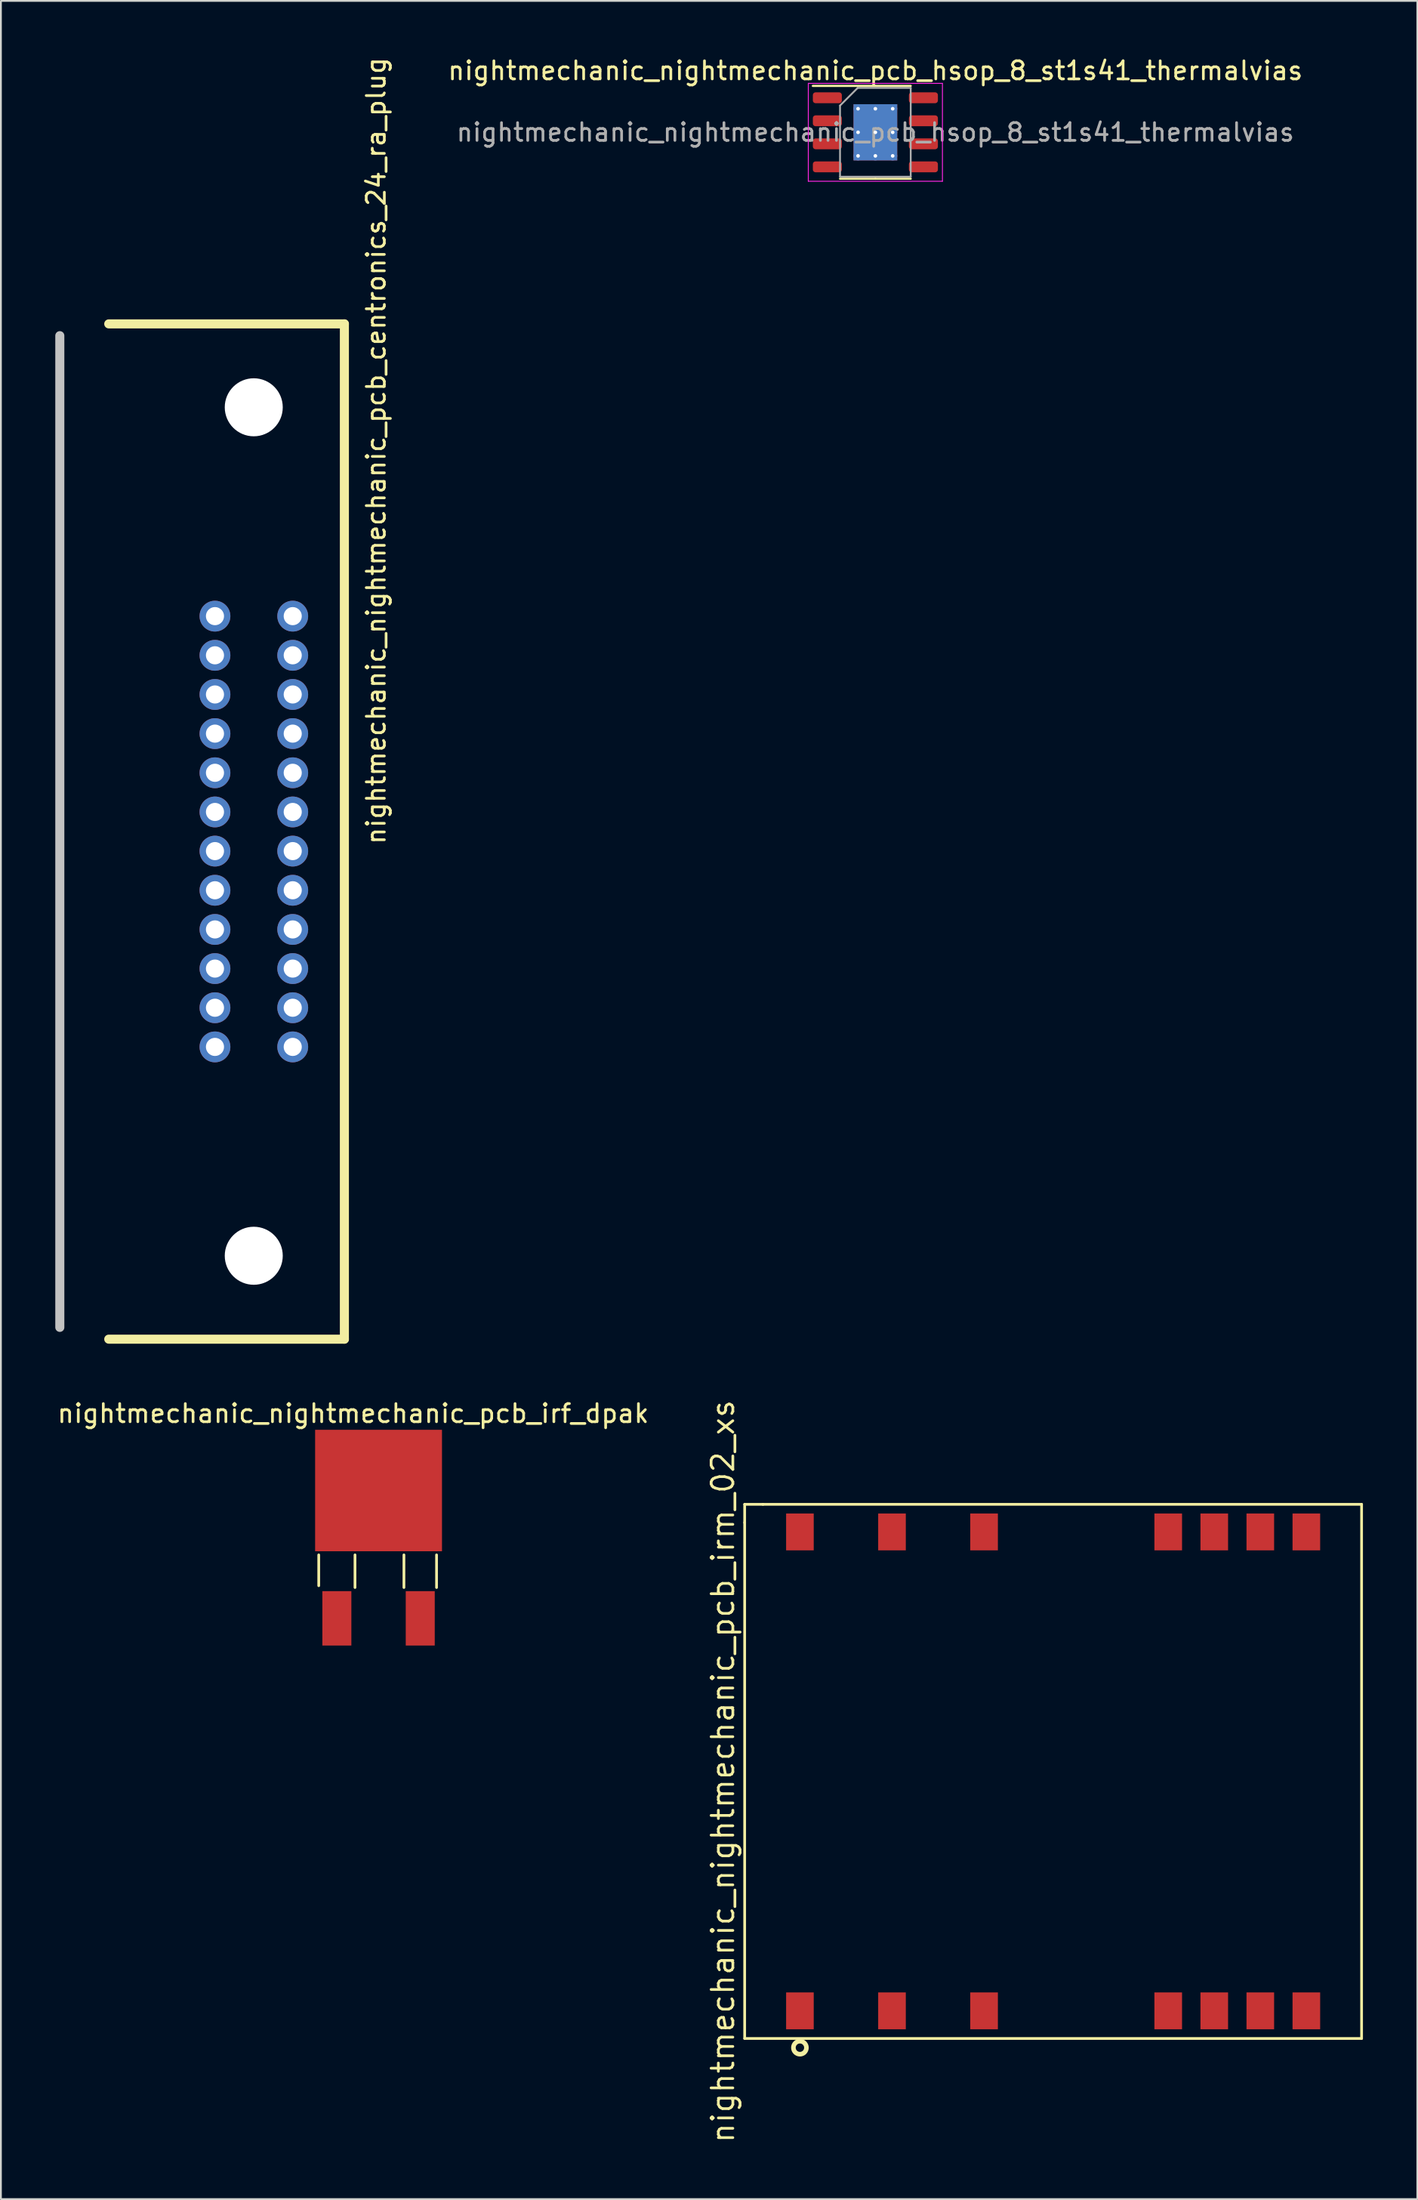
<source format=kicad_pcb>
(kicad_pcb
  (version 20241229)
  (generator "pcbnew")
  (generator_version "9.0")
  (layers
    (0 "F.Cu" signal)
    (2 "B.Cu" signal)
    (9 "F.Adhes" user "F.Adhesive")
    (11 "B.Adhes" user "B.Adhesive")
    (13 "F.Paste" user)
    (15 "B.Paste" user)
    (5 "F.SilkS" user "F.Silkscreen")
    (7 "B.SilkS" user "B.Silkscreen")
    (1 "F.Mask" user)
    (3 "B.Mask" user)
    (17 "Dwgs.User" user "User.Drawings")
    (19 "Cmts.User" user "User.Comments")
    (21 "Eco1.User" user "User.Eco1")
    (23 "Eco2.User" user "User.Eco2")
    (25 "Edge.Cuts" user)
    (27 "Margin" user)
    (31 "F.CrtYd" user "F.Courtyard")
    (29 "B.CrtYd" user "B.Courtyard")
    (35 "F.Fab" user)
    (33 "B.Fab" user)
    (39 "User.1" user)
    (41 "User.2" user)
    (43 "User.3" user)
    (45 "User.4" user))
  (footprint "nightmechanic_nightmechanic_pcb_irf_dpak"
    (layer "F.Cu")
    (at 17.835 79.314)
    (property "Reference" "nightmechanic_nightmechanic_pcb_irf_dpak" (at -1.4 -4.4 0) (unlocked yes) (layer "F.SilkS") (effects (font (size 1 1) (thickness 0.15))))
    (attr smd)
    (fp_line (start -3.3 3.4) (end -3.3 5.1) (stroke (width 0.15) (type solid)) (layer "F.SilkS"))
    (fp_line (start -1.3 5.2) (end -1.3 3.4) (stroke (width 0.15) (type solid)) (layer "F.SilkS"))
    (fp_line (start 1.4 5.2) (end 1.4 3.4) (stroke (width 0.15) (type solid)) (layer "F.SilkS"))
    (fp_line (start 3.2 5.2) (end 3.2 3.4) (stroke (width 0.15) (type solid)) (layer "F.SilkS"))
    (pad "1" smd rect (at -2.3 6.9) (size 1.6 3) (layers "F.Cu" "F.Mask" "F.Paste"))
    (pad "2" smd rect (at 0 -0.15) (size 7 6.7) (layers "F.Cu" "F.Mask" "F.Paste"))
    (pad "3" smd rect (at 2.3 6.9) (size 1.6 3) (layers "F.Cu" "F.Mask" "F.Paste")))
  (footprint "nightmechanic_nightmechanic_pcb_centronics_24_ra_plug"
    (layer "F.Cu")
    (at 10.95 42.815)
    (property "Reference" "nightmechanic_nightmechanic_pcb_centronics_24_ra_plug" (at 6.75 -21 90) (unlocked yes) (layer "F.SilkS") (effects (font (size 1 1) (thickness 0.15))))
    (attr through_hole)
    (fp_line (start -8 -28) (end 5 -28) (stroke (width 0.5) (type solid)) (layer "F.SilkS"))
    (fp_line (start 5 -28) (end 5 28) (stroke (width 0.5) (type solid)) (layer "F.SilkS"))
    (fp_line (start 5 28) (end -8 28) (stroke (width 0.5) (type solid)) (layer "F.SilkS"))
    (fp_line (start -10.7 -27.35) (end -10.7 27.35) (stroke (width 0.5) (type solid)) (layer "Dwgs.User"))
    (pad "" np_thru_hole circle (at 0 -23.4) (size 3.2 3.2) (drill 3.2) (layers "*.Cu" "*.Mask"))
    (pad "" np_thru_hole circle (at 0 23.4) (size 3.2 3.2) (drill 3.2) (layers "*.Cu" "*.Mask"))
    (pad "1" thru_hole circle (at 2.15 -11.88) (size 1.7 1.7) (drill 1) (layers "*.Cu" "*.Mask"))
    (pad "2" thru_hole circle (at 2.15 -9.72) (size 1.7 1.7) (drill 1) (layers "*.Cu" "*.Mask"))
    (pad "3" thru_hole circle (at 2.15 -7.56) (size 1.7 1.7) (drill 1) (layers "*.Cu" "*.Mask"))
    (pad "4" thru_hole circle (at 2.15 -5.4) (size 1.7 1.7) (drill 1) (layers "*.Cu" "*.Mask"))
    (pad "5" thru_hole circle (at 2.15 -3.24) (size 1.7 1.7) (drill 1) (layers "*.Cu" "*.Mask"))
    (pad "6" thru_hole circle (at 2.15 -1.08) (size 1.7 1.7) (drill 1) (layers "*.Cu" "*.Mask"))
    (pad "7" thru_hole circle (at 2.15 1.08) (size 1.7 1.7) (drill 1) (layers "*.Cu" "*.Mask"))
    (pad "8" thru_hole circle (at 2.15 3.24) (size 1.7 1.7) (drill 1) (layers "*.Cu" "*.Mask"))
    (pad "9" thru_hole circle (at 2.15 5.4) (size 1.7 1.7) (drill 1) (layers "*.Cu" "*.Mask"))
    (pad "10" thru_hole circle (at 2.15 7.56) (size 1.7 1.7) (drill 1) (layers "*.Cu" "*.Mask"))
    (pad "11" thru_hole circle (at 2.15 9.72) (size 1.7 1.7) (drill 1) (layers "*.Cu" "*.Mask"))
    (pad "12" thru_hole circle (at 2.15 11.88) (size 1.7 1.7) (drill 1) (layers "*.Cu" "*.Mask"))
    (pad "13" thru_hole circle (at -2.14 -11.88) (size 1.7 1.7) (drill 1) (layers "*.Cu" "*.Mask"))
    (pad "14" thru_hole circle (at -2.14 -9.72) (size 1.7 1.7) (drill 1) (layers "*.Cu" "*.Mask"))
    (pad "15" thru_hole circle (at -2.14 -7.56) (size 1.7 1.7) (drill 1) (layers "*.Cu" "*.Mask"))
    (pad "16" thru_hole circle (at -2.14 -5.4) (size 1.7 1.7) (drill 1) (layers "*.Cu" "*.Mask"))
    (pad "17" thru_hole circle (at -2.14 -3.24) (size 1.7 1.7) (drill 1) (layers "*.Cu" "*.Mask"))
    (pad "18" thru_hole circle (at -2.14 -1.08) (size 1.7 1.7) (drill 1) (layers "*.Cu" "*.Mask"))
    (pad "19" thru_hole circle (at -2.14 1.08) (size 1.7 1.7) (drill 1) (layers "*.Cu" "*.Mask"))
    (pad "20" thru_hole circle (at -2.14 3.24) (size 1.7 1.7) (drill 1) (layers "*.Cu" "*.Mask"))
    (pad "21" thru_hole circle (at -2.14 5.4) (size 1.7 1.7) (drill 1) (layers "*.Cu" "*.Mask"))
    (pad "22" thru_hole circle (at -2.14 7.56) (size 1.7 1.7) (drill 1) (layers "*.Cu" "*.Mask"))
    (pad "23" thru_hole circle (at -2.14 9.72) (size 1.7 1.7) (drill 1) (layers "*.Cu" "*.Mask"))
    (pad "24" thru_hole circle (at -2.14 11.88) (size 1.7 1.7) (drill 1) (layers "*.Cu" "*.Mask")))
  (footprint "nightmechanic_nightmechanic_pcb_irm_02_xs"
    (layer "F.Cu")
    (at 55.052 94.656)
    (property "Reference" "nightmechanic_nightmechanic_pcb_irm_02_xs" (at -18.218 0 90) (layer "F.SilkS") (effects (font (size 1.2 1.2) (thickness 0.15))))
    (attr through_hole)
    (fp_line (start -17.018 -14.732) (end -17.018 -13.716) (stroke (width 0.15) (type solid)) (layer "F.SilkS"))
    (fp_line (start -17.018 -13.732) (end -17.018 14.732) (stroke (width 0.15) (type solid)) (layer "F.SilkS"))
    (fp_line (start -17.018 14.732) (end 17.018 14.732) (stroke (width 0.15) (type solid)) (layer "F.SilkS"))
    (fp_line (start -16.002 -14.732) (end -17.018 -14.732) (stroke (width 0.15) (type solid)) (layer "F.SilkS"))
    (fp_line (start 17.018 -14.732) (end -16.018 -14.732) (stroke (width 0.15) (type solid)) (layer "F.SilkS"))
    (fp_line (start 17.018 14.732) (end 17.018 -14.732) (stroke (width 0.15) (type solid)) (layer "F.SilkS"))
    (fp_circle (center -13.97 15.24) (end -13.716 14.986) (stroke (width 0.254) (type solid)) (fill no) (layer "F.SilkS"))
    (pad "1" smd rect (at -13.97 13.208) (size 1.524 2.032) (layers "F.Cu" "F.Mask" "F.Paste"))
    (pad "3" smd rect (at -8.89 13.208) (size 1.524 2.032) (layers "F.Cu" "F.Mask" "F.Paste"))
    (pad "5" smd rect (at -3.81 13.208) (size 1.524 2.032) (layers "F.Cu" "F.Mask" "F.Paste"))
    (pad "9" smd rect (at 6.35 13.208) (size 1.524 2.032) (layers "F.Cu" "F.Mask" "F.Paste"))
    (pad "10" smd rect (at 8.89 13.208) (size 1.524 2.032) (layers "F.Cu" "F.Mask" "F.Paste"))
    (pad "11" smd rect (at 11.43 13.208) (size 1.524 2.032) (layers "F.Cu" "F.Mask" "F.Paste"))
    (pad "12" smd rect (at 13.97 13.208) (size 1.524 2.032) (layers "F.Cu" "F.Mask" "F.Paste"))
    (pad "13" smd rect (at 13.97 -13.208) (size 1.524 2.032) (layers "F.Cu" "F.Mask" "F.Paste"))
    (pad "14" smd rect (at 11.43 -13.208) (size 1.524 2.032) (layers "F.Cu" "F.Mask" "F.Paste"))
    (pad "15" smd rect (at 8.89 -13.208) (size 1.524 2.032) (layers "F.Cu" "F.Mask" "F.Paste"))
    (pad "16" smd rect (at 6.35 -13.208) (size 1.524 2.032) (layers "F.Cu" "F.Mask" "F.Paste"))
    (pad "20" smd rect (at -3.81 -13.208) (size 1.524 2.032) (layers "F.Cu" "F.Mask" "F.Paste"))
    (pad "22" smd rect (at -8.89 -13.208) (size 1.524 2.032) (layers "F.Cu" "F.Mask" "F.Paste"))
    (pad "24" smd rect (at -13.97 -13.208) (size 1.524 2.032) (layers "F.Cu" "F.Mask" "F.Paste")))
  (footprint "nightmechanic_nightmechanic_pcb_hsop_8_st1s41_thermalvias"
    (layer "F.Cu")
    (at 45.245 4.248)
    (property "Reference" "nightmechanic_nightmechanic_pcb_hsop_8_st1s41_thermalvias" (at 0 -3.4 0) (layer "F.SilkS") (effects (font (size 1 1) (thickness 0.15))))
    (attr smd)
    (fp_line (start 0 -2.56) (end -3.45 -2.56) (stroke (width 0.12) (type solid)) (layer "F.SilkS"))
    (fp_line (start 0 -2.56) (end 1.95 -2.56) (stroke (width 0.12) (type solid)) (layer "F.SilkS"))
    (fp_line (start 0 2.56) (end -1.95 2.56) (stroke (width 0.12) (type solid)) (layer "F.SilkS"))
    (fp_line (start 0 2.56) (end 1.95 2.56) (stroke (width 0.12) (type solid)) (layer "F.SilkS"))
    (fp_line (start -3.7 -2.7) (end -3.7 2.7) (stroke (width 0.05) (type solid)) (layer "F.CrtYd"))
    (fp_line (start -3.7 2.7) (end 3.7 2.7) (stroke (width 0.05) (type solid)) (layer "F.CrtYd"))
    (fp_line (start 3.7 -2.7) (end -3.7 -2.7) (stroke (width 0.05) (type solid)) (layer "F.CrtYd"))
    (fp_line (start 3.7 2.7) (end 3.7 -2.7) (stroke (width 0.05) (type solid)) (layer "F.CrtYd"))
    (fp_line (start -1.95 -1.475) (end -0.975 -2.45) (stroke (width 0.1) (type solid)) (layer "F.Fab"))
    (fp_line (start -1.95 2.45) (end -1.95 -1.475) (stroke (width 0.1) (type solid)) (layer "F.Fab"))
    (fp_line (start -0.975 -2.45) (end 1.95 -2.45) (stroke (width 0.1) (type solid)) (layer "F.Fab"))
    (fp_line (start 1.95 -2.45) (end 1.95 2.45) (stroke (width 0.1) (type solid)) (layer "F.Fab"))
    (fp_line (start 1.95 2.45) (end -1.95 2.45) (stroke (width 0.1) (type solid)) (layer "F.Fab"))
    (fp_text user "${REFERENCE}" (at 0 0 0) (layer "F.Fab") (effects (font (size 0.98 0.98) (thickness 0.15))))
    (pad "" smd roundrect (at -0.6 -0.65) (size 1.1 1.1) (layers "F.Paste") (roundrect_rratio 0.25))
    (pad "" smd roundrect (at -0.6 0.65) (size 1.1 1.1) (layers "F.Paste") (roundrect_rratio 0.25))
    (pad "" smd roundrect (at 0.6 -0.65) (size 1.1 1.1) (layers "F.Paste") (roundrect_rratio 0.25))
    (pad "" smd roundrect (at 0.6 0.65) (size 1.1 1.1) (layers "F.Paste") (roundrect_rratio 0.25))
    (pad "1" smd roundrect (at -2.65 -1.905) (size 1.6 0.6) (layers "F.Cu" "F.Mask" "F.Paste") (roundrect_rratio 0.25))
    (pad "2" smd roundrect (at -2.65 -0.635) (size 1.6 0.6) (layers "F.Cu" "F.Mask" "F.Paste") (roundrect_rratio 0.25))
    (pad "3" smd roundrect (at -2.65 0.635) (size 1.6 0.6) (layers "F.Cu" "F.Mask" "F.Paste") (roundrect_rratio 0.25))
    (pad "4" smd roundrect (at -2.65 1.905) (size 1.6 0.6) (layers "F.Cu" "F.Mask" "F.Paste") (roundrect_rratio 0.25))
    (pad "5" smd roundrect (at 2.65 1.905) (size 1.6 0.6) (layers "F.Cu" "F.Mask" "F.Paste") (roundrect_rratio 0.25))
    (pad "6" smd roundrect (at 2.65 0.635) (size 1.6 0.6) (layers "F.Cu" "F.Mask" "F.Paste") (roundrect_rratio 0.25))
    (pad "7" smd roundrect (at 2.65 -0.635) (size 1.6 0.6) (layers "F.Cu" "F.Mask" "F.Paste") (roundrect_rratio 0.25))
    (pad "8" smd roundrect (at 2.65 -1.905) (size 1.6 0.6) (layers "F.Cu" "F.Mask" "F.Paste") (roundrect_rratio 0.25))
    (pad "9" thru_hole circle (at -0.955 -1.3) (size 0.5 0.5) (drill 0.2) (layers "*.Cu"))
    (pad "9" thru_hole circle (at -0.955 0) (size 0.5 0.5) (drill 0.2) (layers "*.Cu"))
    (pad "9" thru_hole circle (at -0.955 1.3) (size 0.5 0.5) (drill 0.2) (layers "*.Cu"))
    (pad "9" thru_hole circle (at 0 -1.3) (size 0.5 0.5) (drill 0.2) (layers "*.Cu" "*.Mask"))
    (pad "9" thru_hole circle (at 0 0) (size 0.5 0.5) (drill 0.2) (layers "*.Cu" "*.Mask"))
    (pad "9" smd rect (at 0 0) (size 2.41 3.1) (layers "F.Cu" "F.Mask"))
    (pad "9" smd rect (at 0 0) (size 2.41 3.1) (layers "B.Cu"))
    (pad "9" thru_hole circle (at 0 1.3) (size 0.5 0.5) (drill 0.2) (layers "*.Cu" "*.Mask"))
    (pad "9" thru_hole circle (at 0.955 -1.3) (size 0.5 0.5) (drill 0.2) (layers "*.Cu"))
    (pad "9" thru_hole circle (at 0.955 0) (size 0.5 0.5) (drill 0.2) (layers "*.Cu"))
    (pad "9" thru_hole circle (at 0.955 1.3) (size 0.5 0.5) (drill 0.2) (layers "*.Cu")))
  (gr_rect
    (start -3 -3)
    (end 75.145 118.247)
    (stroke (width 0.1) (type default))
    (fill no)
    (layer "Edge.Cuts")))
</source>
